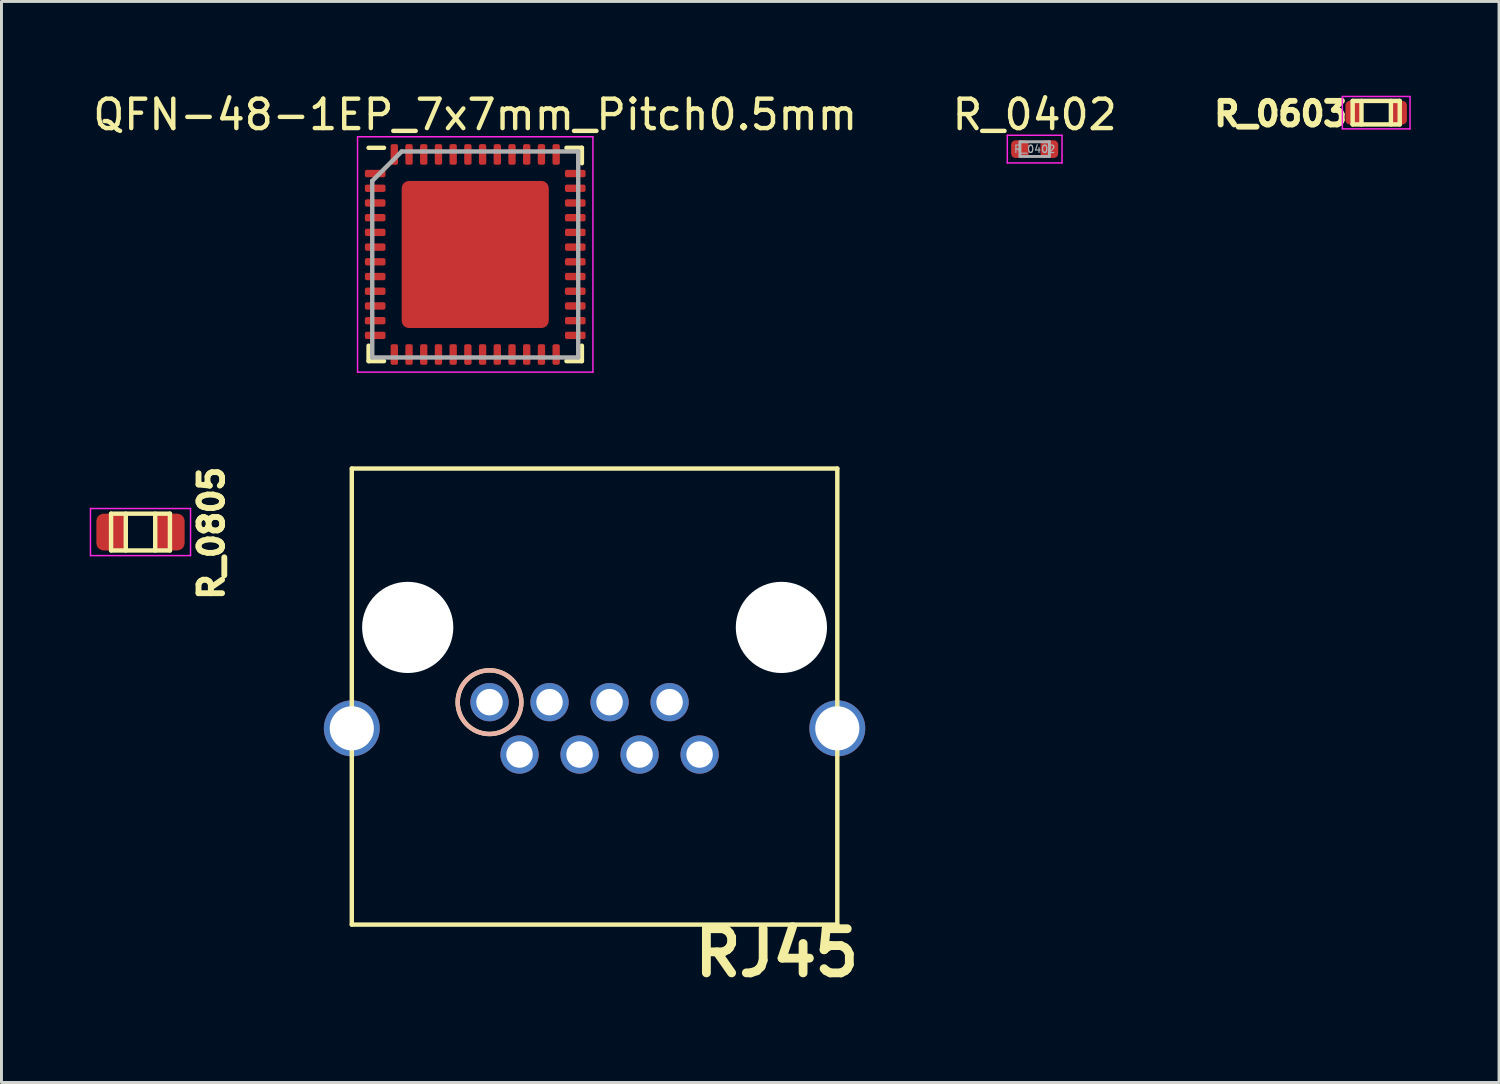
<source format=kicad_pcb>
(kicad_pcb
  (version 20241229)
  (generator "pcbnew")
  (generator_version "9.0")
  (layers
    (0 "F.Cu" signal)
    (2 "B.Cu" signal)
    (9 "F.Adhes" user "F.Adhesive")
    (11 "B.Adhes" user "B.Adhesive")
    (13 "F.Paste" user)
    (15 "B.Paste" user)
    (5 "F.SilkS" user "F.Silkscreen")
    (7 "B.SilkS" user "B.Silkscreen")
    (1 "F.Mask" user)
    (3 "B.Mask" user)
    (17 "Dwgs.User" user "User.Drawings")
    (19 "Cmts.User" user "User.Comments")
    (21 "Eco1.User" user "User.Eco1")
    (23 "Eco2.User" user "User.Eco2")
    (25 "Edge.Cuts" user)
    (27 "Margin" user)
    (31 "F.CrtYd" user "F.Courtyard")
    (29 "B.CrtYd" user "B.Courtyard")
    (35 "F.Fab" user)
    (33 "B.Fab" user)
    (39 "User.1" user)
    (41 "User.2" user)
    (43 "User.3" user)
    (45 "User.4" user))
  (footprint "R_0402"
    (layer "F.Cu")
    (at 32.113 2.018)
    (property "Reference" "R_0402" (at 0 -1.17 0) (layer "F.SilkS") (effects (font (size 1 1) (thickness 0.15))))
    (attr smd)
    (fp_line (start -0.93 -0.47) (end 0.93 -0.47) (stroke (width 0.05) (type solid)) (layer "F.CrtYd"))
    (fp_line (start -0.93 0.47) (end -0.93 -0.47) (stroke (width 0.05) (type solid)) (layer "F.CrtYd"))
    (fp_line (start 0.93 -0.47) (end 0.93 0.47) (stroke (width 0.05) (type solid)) (layer "F.CrtYd"))
    (fp_line (start 0.93 0.47) (end -0.93 0.47) (stroke (width 0.05) (type solid)) (layer "F.CrtYd"))
    (fp_line (start -0.5 -0.25) (end 0.5 -0.25) (stroke (width 0.1) (type solid)) (layer "F.Fab"))
    (fp_line (start -0.5 0.25) (end -0.5 -0.25) (stroke (width 0.1) (type solid)) (layer "F.Fab"))
    (fp_line (start 0.5 -0.25) (end 0.5 0.25) (stroke (width 0.1) (type solid)) (layer "F.Fab"))
    (fp_line (start 0.5 0.25) (end -0.5 0.25) (stroke (width 0.1) (type solid)) (layer "F.Fab"))
    (fp_text user "${REFERENCE}" (at 0 0 0) (layer "F.Fab") (effects (font (size 0.25 0.25) (thickness 0.04))))
    (pad "1" smd roundrect (at -0.5 0) (size 0.6 0.6) (layers "F.Cu" "F.Mask" "F.Paste") (roundrect_rratio 0.25))
    (pad "2" smd roundrect (at 0.5 0) (size 0.6 0.6) (layers "F.Cu" "F.Mask" "F.Paste") (roundrect_rratio 0.25)))
  (footprint "R_0603"
    (layer "F.Cu")
    (at 43.72 0.779)
    (property "Reference" "R_0603" (at -3.248 0.04 0) (layer "F.SilkS") (effects (font (size 0.8 0.8) (thickness 0.2))))
    (attr smd)
    (fp_line (start -0.8 -0.4) (end -0.8 0.4) (stroke (width 0.15) (type solid)) (layer "F.SilkS"))
    (fp_line (start -0.8 0.4) (end 0.8 0.4) (stroke (width 0.15) (type solid)) (layer "F.SilkS"))
    (fp_line (start -0.5 -0.4) (end -0.5 0.4) (stroke (width 0.15) (type solid)) (layer "F.SilkS"))
    (fp_line (start 0.5 -0.4) (end 0.5 0.4) (stroke (width 0.15) (type solid)) (layer "F.SilkS"))
    (fp_line (start 0.8 -0.4) (end -0.8 -0.4) (stroke (width 0.15) (type solid)) (layer "F.SilkS"))
    (fp_line (start 0.8 0.4) (end 0.8 -0.4) (stroke (width 0.15) (type solid)) (layer "F.SilkS"))
    (fp_line (start -1.15 -0.55) (end -1.15 0.55) (stroke (width 0.05) (type solid)) (layer "F.CrtYd"))
    (fp_line (start -1.15 -0.55) (end 1.15 -0.55) (stroke (width 0.05) (type solid)) (layer "F.CrtYd"))
    (fp_line (start -1.15 0.55) (end 1.15 0.55) (stroke (width 0.05) (type solid)) (layer "F.CrtYd"))
    (fp_line (start 1.15 -0.55) (end 1.15 0.55) (stroke (width 0.05) (type solid)) (layer "F.CrtYd"))
    (pad "1" smd roundrect (at -0.75 0) (size 0.59 0.8) (layers "F.Cu" "F.Mask" "F.Paste") (roundrect_rratio 0.25))
    (pad "2" smd roundrect (at 0.75 0) (size 0.59 0.8) (layers "F.Cu" "F.Mask" "F.Paste") (roundrect_rratio 0.25)))
  (footprint "RJ45"
    (layer "F.Cu")
    (at 17.156 12.873)
    (property "Reference" "RJ45" (at 6.194 16.462 0) (layer "F.SilkS") (effects (font (size 1.5 1.5) (thickness 0.3))))
    (attr through_hole)
    (fp_line (start -8.25 0) (end -8.25 15.5) (stroke (width 0.15) (type solid)) (layer "F.SilkS"))
    (fp_line (start -8.25 15.5) (end 8.25 15.5) (stroke (width 0.15) (type solid)) (layer "F.SilkS"))
    (fp_line (start 8.25 0) (end -8.25 0) (stroke (width 0.15) (type solid)) (layer "F.SilkS"))
    (fp_line (start 8.25 15.5) (end 8.25 0) (stroke (width 0.15) (type solid)) (layer "F.SilkS"))
    (fp_circle (center -3.57 7.94) (end -2.488 7.94) (stroke (width 0.15) (type solid)) (fill no) (layer "F.SilkS"))
    (fp_circle (center -3.57 7.94) (end -3.556 6.858) (stroke (width 0.15) (type solid)) (fill no) (layer "B.SilkS"))
    (pad "" np_thru_hole circle (at -6.35 5.4) (size 3.1 3.1) (drill 3.1) (layers "*.Cu" "*.Mask"))
    (pad "" np_thru_hole circle (at 6.35 5.4) (size 3.1 3.1) (drill 3.1) (layers "*.Cu" "*.Mask"))
    (pad "1" thru_hole circle (at -3.57 7.94) (size 1.3 1.3) (drill 0.9) (layers "*.Cu" "*.Mask"))
    (pad "2" thru_hole circle (at -2.55 9.72) (size 1.3 1.3) (drill 0.9) (layers "*.Cu" "*.Mask"))
    (pad "3" thru_hole circle (at -1.53 7.94) (size 1.3 1.3) (drill 0.9) (layers "*.Cu" "*.Mask"))
    (pad "4" thru_hole circle (at -0.51 9.72) (size 1.3 1.3) (drill 0.9) (layers "*.Cu" "*.Mask"))
    (pad "5" thru_hole circle (at 0.51 7.94) (size 1.3 1.3) (drill 0.9) (layers "*.Cu" "*.Mask"))
    (pad "6" thru_hole circle (at 1.53 9.72) (size 1.3 1.3) (drill 0.9) (layers "*.Cu" "*.Mask"))
    (pad "7" thru_hole circle (at 2.55 7.94) (size 1.3 1.3) (drill 0.9) (layers "*.Cu" "*.Mask"))
    (pad "8" thru_hole circle (at 3.57 9.72) (size 1.3 1.3) (drill 0.9) (layers "*.Cu" "*.Mask"))
    (pad "S" thru_hole circle (at -8.25 8.83) (size 1.9 1.9) (drill 1.5) (layers "*.Cu" "*.Mask"))
    (pad "S" thru_hole circle (at 8.25 8.83) (size 1.9 1.9) (drill 1.5) (layers "*.Cu" "*.Mask")))
  (footprint "R_0805"
    (layer "F.Cu")
    (at 1.725 15.032)
    (property "Reference" "R_0805" (at 2.412 0.04 90) (layer "F.SilkS") (effects (font (size 0.8 0.8) (thickness 0.2))))
    (attr smd)
    (fp_line (start -1 -0.625) (end -1 0.625) (stroke (width 0.15) (type solid)) (layer "F.SilkS"))
    (fp_line (start -1 0.625) (end 1 0.625) (stroke (width 0.15) (type solid)) (layer "F.SilkS"))
    (fp_line (start -0.5 -0.625) (end -0.5 0.625) (stroke (width 0.15) (type solid)) (layer "F.SilkS"))
    (fp_line (start 0.5 -0.625) (end 0.5 0.625) (stroke (width 0.15) (type solid)) (layer "F.SilkS"))
    (fp_line (start 1 -0.625) (end -1 -0.625) (stroke (width 0.15) (type solid)) (layer "F.SilkS"))
    (fp_line (start 1 0.625) (end 1 -0.625) (stroke (width 0.15) (type solid)) (layer "F.SilkS"))
    (fp_line (start -1.7 -0.8) (end -1.7 0.8) (stroke (width 0.05) (type solid)) (layer "F.CrtYd"))
    (fp_line (start -1.7 -0.8) (end 1.7 -0.8) (stroke (width 0.05) (type solid)) (layer "F.CrtYd"))
    (fp_line (start -1.7 0.8) (end 1.7 0.8) (stroke (width 0.05) (type solid)) (layer "F.CrtYd"))
    (fp_line (start 1.7 -0.8) (end 1.7 0.8) (stroke (width 0.05) (type solid)) (layer "F.CrtYd"))
    (pad "1" smd roundrect (at -1 0) (size 1 1.25) (layers "F.Cu" "F.Mask" "F.Paste") (roundrect_rratio 0.25))
    (pad "2" smd roundrect (at 1 0) (size 1 1.25) (layers "F.Cu" "F.Mask" "F.Paste") (roundrect_rratio 0.25)))
  (footprint "QFN-48-1EP_7x7mm_Pitch0.5mm"
    (layer "F.Cu")
    (at 13.101 5.598)
    (property "Reference" "QFN-48-1EP_7x7mm_Pitch0.5mm" (at 0 -4.75 0) (layer "F.SilkS") (effects (font (size 1 1) (thickness 0.15))))
    (attr smd)
    (fp_line (start -3.625 -3.625) (end -3.1 -3.625) (stroke (width 0.15) (type solid)) (layer "F.SilkS"))
    (fp_line (start -3.625 3.625) (end -3.625 3.1) (stroke (width 0.15) (type solid)) (layer "F.SilkS"))
    (fp_line (start -3.625 3.625) (end -3.1 3.625) (stroke (width 0.15) (type solid)) (layer "F.SilkS"))
    (fp_line (start 3.625 -3.625) (end 3.1 -3.625) (stroke (width 0.15) (type solid)) (layer "F.SilkS"))
    (fp_line (start 3.625 -3.625) (end 3.625 -3.1) (stroke (width 0.15) (type solid)) (layer "F.SilkS"))
    (fp_line (start 3.625 3.625) (end 3.1 3.625) (stroke (width 0.15) (type solid)) (layer "F.SilkS"))
    (fp_line (start 3.625 3.625) (end 3.625 3.1) (stroke (width 0.15) (type solid)) (layer "F.SilkS"))
    (fp_line (start -4 -4) (end -4 4) (stroke (width 0.05) (type solid)) (layer "F.CrtYd"))
    (fp_line (start -4 -4) (end 4 -4) (stroke (width 0.05) (type solid)) (layer "F.CrtYd"))
    (fp_line (start -4 4) (end 4 4) (stroke (width 0.05) (type solid)) (layer "F.CrtYd"))
    (fp_line (start 4 -4) (end 4 4) (stroke (width 0.05) (type solid)) (layer "F.CrtYd"))
    (fp_line (start -3.5 -2.5) (end -2.5 -3.5) (stroke (width 0.15) (type solid)) (layer "F.Fab"))
    (fp_line (start -3.5 3.5) (end -3.5 -2.5) (stroke (width 0.15) (type solid)) (layer "F.Fab"))
    (fp_line (start -2.5 -3.5) (end 3.5 -3.5) (stroke (width 0.15) (type solid)) (layer "F.Fab"))
    (fp_line (start 3.5 -3.5) (end 3.5 3.5) (stroke (width 0.15) (type solid)) (layer "F.Fab"))
    (fp_line (start 3.5 3.5) (end -3.5 3.5) (stroke (width 0.15) (type solid)) (layer "F.Fab"))
    (pad "1" smd roundrect (at -3.4 -2.75) (size 0.7 0.25) (layers "F.Cu" "F.Mask" "F.Paste") (roundrect_rratio 0.25))
    (pad "2" smd roundrect (at -3.4 -2.25) (size 0.7 0.25) (layers "F.Cu" "F.Mask" "F.Paste") (roundrect_rratio 0.25))
    (pad "3" smd roundrect (at -3.4 -1.75) (size 0.7 0.25) (layers "F.Cu" "F.Mask" "F.Paste") (roundrect_rratio 0.25))
    (pad "4" smd roundrect (at -3.4 -1.25) (size 0.7 0.25) (layers "F.Cu" "F.Mask" "F.Paste") (roundrect_rratio 0.25))
    (pad "5" smd roundrect (at -3.4 -0.75) (size 0.7 0.25) (layers "F.Cu" "F.Mask" "F.Paste") (roundrect_rratio 0.25))
    (pad "6" smd roundrect (at -3.4 -0.25) (size 0.7 0.25) (layers "F.Cu" "F.Mask" "F.Paste") (roundrect_rratio 0.25))
    (pad "7" smd roundrect (at -3.4 0.25) (size 0.7 0.25) (layers "F.Cu" "F.Mask" "F.Paste") (roundrect_rratio 0.25))
    (pad "8" smd roundrect (at -3.4 0.75) (size 0.7 0.25) (layers "F.Cu" "F.Mask" "F.Paste") (roundrect_rratio 0.25))
    (pad "9" smd roundrect (at -3.4 1.25) (size 0.7 0.25) (layers "F.Cu" "F.Mask" "F.Paste") (roundrect_rratio 0.25))
    (pad "10" smd roundrect (at -3.4 1.75) (size 0.7 0.25) (layers "F.Cu" "F.Mask" "F.Paste") (roundrect_rratio 0.25))
    (pad "11" smd roundrect (at -3.4 2.25) (size 0.7 0.25) (layers "F.Cu" "F.Mask" "F.Paste") (roundrect_rratio 0.25))
    (pad "12" smd roundrect (at -3.4 2.75) (size 0.7 0.25) (layers "F.Cu" "F.Mask" "F.Paste") (roundrect_rratio 0.25))
    (pad "13" smd roundrect (at -2.75 3.4 90) (size 0.7 0.25) (layers "F.Cu" "F.Mask" "F.Paste") (roundrect_rratio 0.25))
    (pad "14" smd roundrect (at -2.25 3.4 90) (size 0.7 0.25) (layers "F.Cu" "F.Mask" "F.Paste") (roundrect_rratio 0.25))
    (pad "15" smd roundrect (at -1.75 3.4 90) (size 0.7 0.25) (layers "F.Cu" "F.Mask" "F.Paste") (roundrect_rratio 0.25))
    (pad "16" smd roundrect (at -1.25 3.4 90) (size 0.7 0.25) (layers "F.Cu" "F.Mask" "F.Paste") (roundrect_rratio 0.25))
    (pad "17" smd roundrect (at -0.75 3.4 90) (size 0.7 0.25) (layers "F.Cu" "F.Mask" "F.Paste") (roundrect_rratio 0.25))
    (pad "18" smd roundrect (at -0.25 3.4 90) (size 0.7 0.25) (layers "F.Cu" "F.Mask" "F.Paste") (roundrect_rratio 0.25))
    (pad "19" smd roundrect (at 0.25 3.4 90) (size 0.7 0.25) (layers "F.Cu" "F.Mask" "F.Paste") (roundrect_rratio 0.25))
    (pad "20" smd roundrect (at 0.75 3.4 90) (size 0.7 0.25) (layers "F.Cu" "F.Mask" "F.Paste") (roundrect_rratio 0.25))
    (pad "21" smd roundrect (at 1.25 3.4 90) (size 0.7 0.25) (layers "F.Cu" "F.Mask" "F.Paste") (roundrect_rratio 0.25))
    (pad "22" smd roundrect (at 1.75 3.4 90) (size 0.7 0.25) (layers "F.Cu" "F.Mask" "F.Paste") (roundrect_rratio 0.25))
    (pad "23" smd roundrect (at 2.25 3.4 90) (size 0.7 0.25) (layers "F.Cu" "F.Mask" "F.Paste") (roundrect_rratio 0.25))
    (pad "24" smd roundrect (at 2.75 3.4 90) (size 0.7 0.25) (layers "F.Cu" "F.Mask" "F.Paste") (roundrect_rratio 0.25))
    (pad "25" smd roundrect (at 3.4 2.75) (size 0.7 0.25) (layers "F.Cu" "F.Mask" "F.Paste") (roundrect_rratio 0.25))
    (pad "26" smd roundrect (at 3.4 2.25) (size 0.7 0.25) (layers "F.Cu" "F.Mask" "F.Paste") (roundrect_rratio 0.25))
    (pad "27" smd roundrect (at 3.4 1.75) (size 0.7 0.25) (layers "F.Cu" "F.Mask" "F.Paste") (roundrect_rratio 0.25))
    (pad "28" smd roundrect (at 3.4 1.25) (size 0.7 0.25) (layers "F.Cu" "F.Mask" "F.Paste") (roundrect_rratio 0.25))
    (pad "29" smd roundrect (at 3.4 0.75) (size 0.7 0.25) (layers "F.Cu" "F.Mask" "F.Paste") (roundrect_rratio 0.25))
    (pad "30" smd roundrect (at 3.4 0.25) (size 0.7 0.25) (layers "F.Cu" "F.Mask" "F.Paste") (roundrect_rratio 0.25))
    (pad "31" smd roundrect (at 3.4 -0.25) (size 0.7 0.25) (layers "F.Cu" "F.Mask" "F.Paste") (roundrect_rratio 0.25))
    (pad "32" smd roundrect (at 3.4 -0.75) (size 0.7 0.25) (layers "F.Cu" "F.Mask" "F.Paste") (roundrect_rratio 0.25))
    (pad "33" smd roundrect (at 3.4 -1.25) (size 0.7 0.25) (layers "F.Cu" "F.Mask" "F.Paste") (roundrect_rratio 0.25))
    (pad "34" smd roundrect (at 3.4 -1.75) (size 0.7 0.25) (layers "F.Cu" "F.Mask" "F.Paste") (roundrect_rratio 0.25))
    (pad "35" smd roundrect (at 3.4 -2.25) (size 0.7 0.25) (layers "F.Cu" "F.Mask" "F.Paste") (roundrect_rratio 0.25))
    (pad "36" smd roundrect (at 3.4 -2.75) (size 0.7 0.25) (layers "F.Cu" "F.Mask" "F.Paste") (roundrect_rratio 0.25))
    (pad "37" smd roundrect (at 2.75 -3.4 90) (size 0.7 0.25) (layers "F.Cu" "F.Mask" "F.Paste") (roundrect_rratio 0.25))
    (pad "38" smd roundrect (at 2.25 -3.4 90) (size 0.7 0.25) (layers "F.Cu" "F.Mask" "F.Paste") (roundrect_rratio 0.25))
    (pad "39" smd roundrect (at 1.75 -3.4 90) (size 0.7 0.25) (layers "F.Cu" "F.Mask" "F.Paste") (roundrect_rratio 0.25))
    (pad "40" smd roundrect (at 1.25 -3.4 90) (size 0.7 0.25) (layers "F.Cu" "F.Mask" "F.Paste") (roundrect_rratio 0.25))
    (pad "41" smd roundrect (at 0.75 -3.4 90) (size 0.7 0.25) (layers "F.Cu" "F.Mask" "F.Paste") (roundrect_rratio 0.25))
    (pad "42" smd roundrect (at 0.25 -3.4 90) (size 0.7 0.25) (layers "F.Cu" "F.Mask" "F.Paste") (roundrect_rratio 0.25))
    (pad "43" smd roundrect (at -0.25 -3.4 90) (size 0.7 0.25) (layers "F.Cu" "F.Mask" "F.Paste") (roundrect_rratio 0.25))
    (pad "44" smd roundrect (at -0.75 -3.4 90) (size 0.7 0.25) (layers "F.Cu" "F.Mask" "F.Paste") (roundrect_rratio 0.25))
    (pad "45" smd roundrect (at -1.25 -3.4 90) (size 0.7 0.25) (layers "F.Cu" "F.Mask" "F.Paste") (roundrect_rratio 0.25))
    (pad "46" smd roundrect (at -1.75 -3.4 90) (size 0.7 0.25) (layers "F.Cu" "F.Mask" "F.Paste") (roundrect_rratio 0.25))
    (pad "47" smd roundrect (at -2.25 -3.4 90) (size 0.7 0.25) (layers "F.Cu" "F.Mask" "F.Paste") (roundrect_rratio 0.25))
    (pad "48" smd roundrect (at -2.75 -3.4 90) (size 0.7 0.25) (layers "F.Cu" "F.Mask" "F.Paste") (roundrect_rratio 0.25))
    (pad "49" smd roundrect (at 0 0) (size 5 5) (layers "F.Cu" "F.Mask" "F.Paste") (roundrect_rratio 0.05)))
  (gr_rect
    (start -3 -3)
    (end 47.895 33.739)
    (stroke (width 0.1) (type default))
    (fill no)
    (layer "Edge.Cuts")))
</source>
